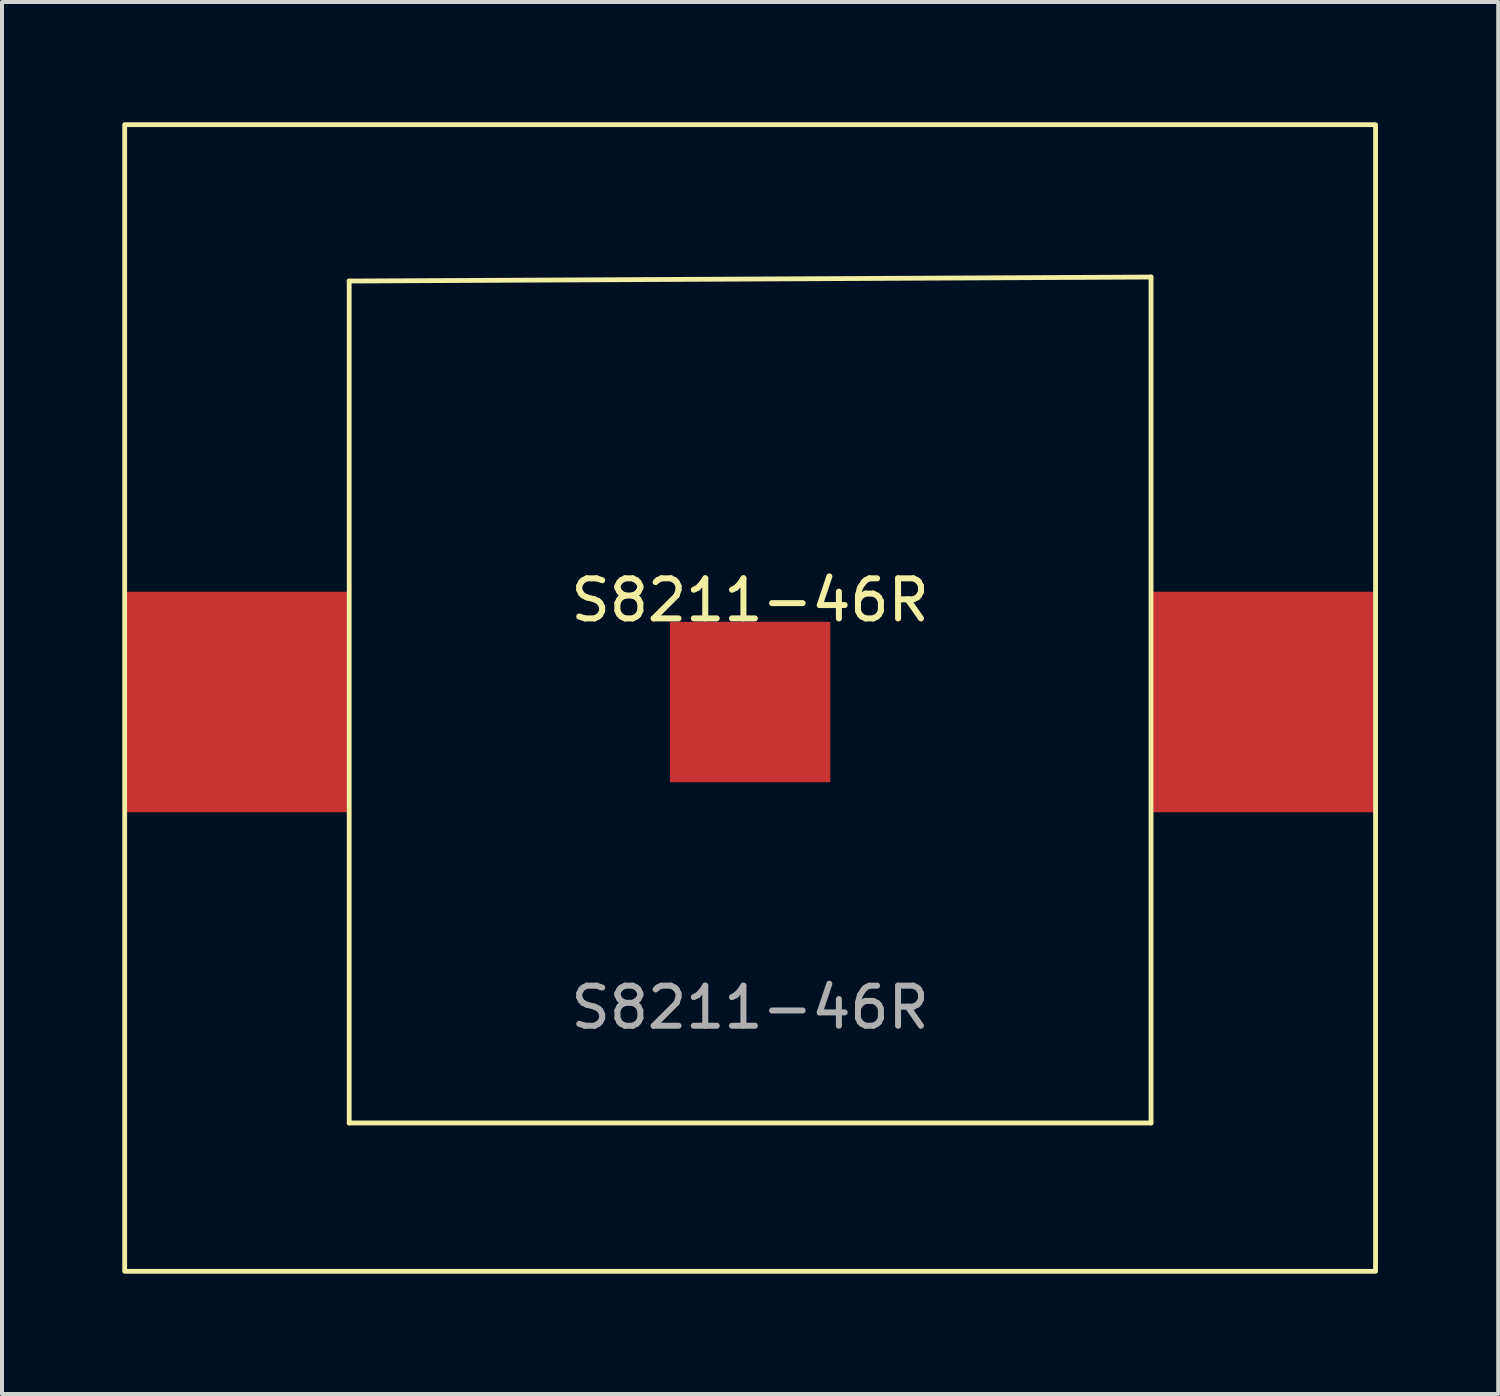
<source format=kicad_pcb>
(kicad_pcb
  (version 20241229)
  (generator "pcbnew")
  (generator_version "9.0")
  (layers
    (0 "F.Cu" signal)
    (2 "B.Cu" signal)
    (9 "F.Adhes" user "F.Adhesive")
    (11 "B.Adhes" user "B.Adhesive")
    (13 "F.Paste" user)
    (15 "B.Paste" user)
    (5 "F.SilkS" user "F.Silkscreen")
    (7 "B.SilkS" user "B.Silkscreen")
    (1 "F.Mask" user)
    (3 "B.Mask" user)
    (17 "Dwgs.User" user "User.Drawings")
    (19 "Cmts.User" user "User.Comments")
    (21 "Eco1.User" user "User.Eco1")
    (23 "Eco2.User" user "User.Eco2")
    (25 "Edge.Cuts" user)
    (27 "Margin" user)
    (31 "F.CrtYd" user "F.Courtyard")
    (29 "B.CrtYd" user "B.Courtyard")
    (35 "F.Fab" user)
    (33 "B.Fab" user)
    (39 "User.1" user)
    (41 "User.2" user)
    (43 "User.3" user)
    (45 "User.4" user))
  (footprint "S8211-46R"
    (layer "F.Cu")
    (at 15.66 14.46)
    (property "Reference" "S8211-46R" (at 0 -2.54 0) (unlocked yes) (layer "F.SilkS") (effects (font (size 1 1) (thickness 0.15))))
    (attr smd)
    (fp_line (start -10 -10.5) (end 10 -10.6) (stroke (width 0.12) (type solid)) (layer "F.SilkS"))
    (fp_line (start -10 10.5) (end -10 -10.5) (stroke (width 0.12) (type solid)) (layer "F.SilkS"))
    (fp_line (start 10 -10.6) (end 10 10.5) (stroke (width 0.12) (type solid)) (layer "F.SilkS"))
    (fp_line (start 10 10.5) (end -10 10.5) (stroke (width 0.12) (type solid)) (layer "F.SilkS"))
    (fp_rect (start -15.6 14.2) (end 15.6 -14.4) (stroke (width 0.12) (type solid)) (fill no) (layer "F.SilkS"))
    (fp_text user "${REFERENCE}" (at 0 7.62 0) (unlocked yes) (layer "F.Fab") (effects (font (size 1 1) (thickness 0.15))))
    (pad "1" smd rect (at -12.8 0) (size 5.5 5.5) (layers "F.Cu" "F.Mask" "F.Paste"))
    (pad "1" smd rect (at 12.8 0) (size 5.5 5.5) (layers "F.Cu" "F.Mask" "F.Paste"))
    (pad "2" smd rect (at 0 0) (size 4 4) (layers "F.Cu" "F.Mask" "F.Paste")))
  (gr_rect
    (start -3 -3)
    (end 34.32 31.72)
    (stroke (width 0.1) (type default))
    (fill no)
    (layer "Edge.Cuts")))
</source>
